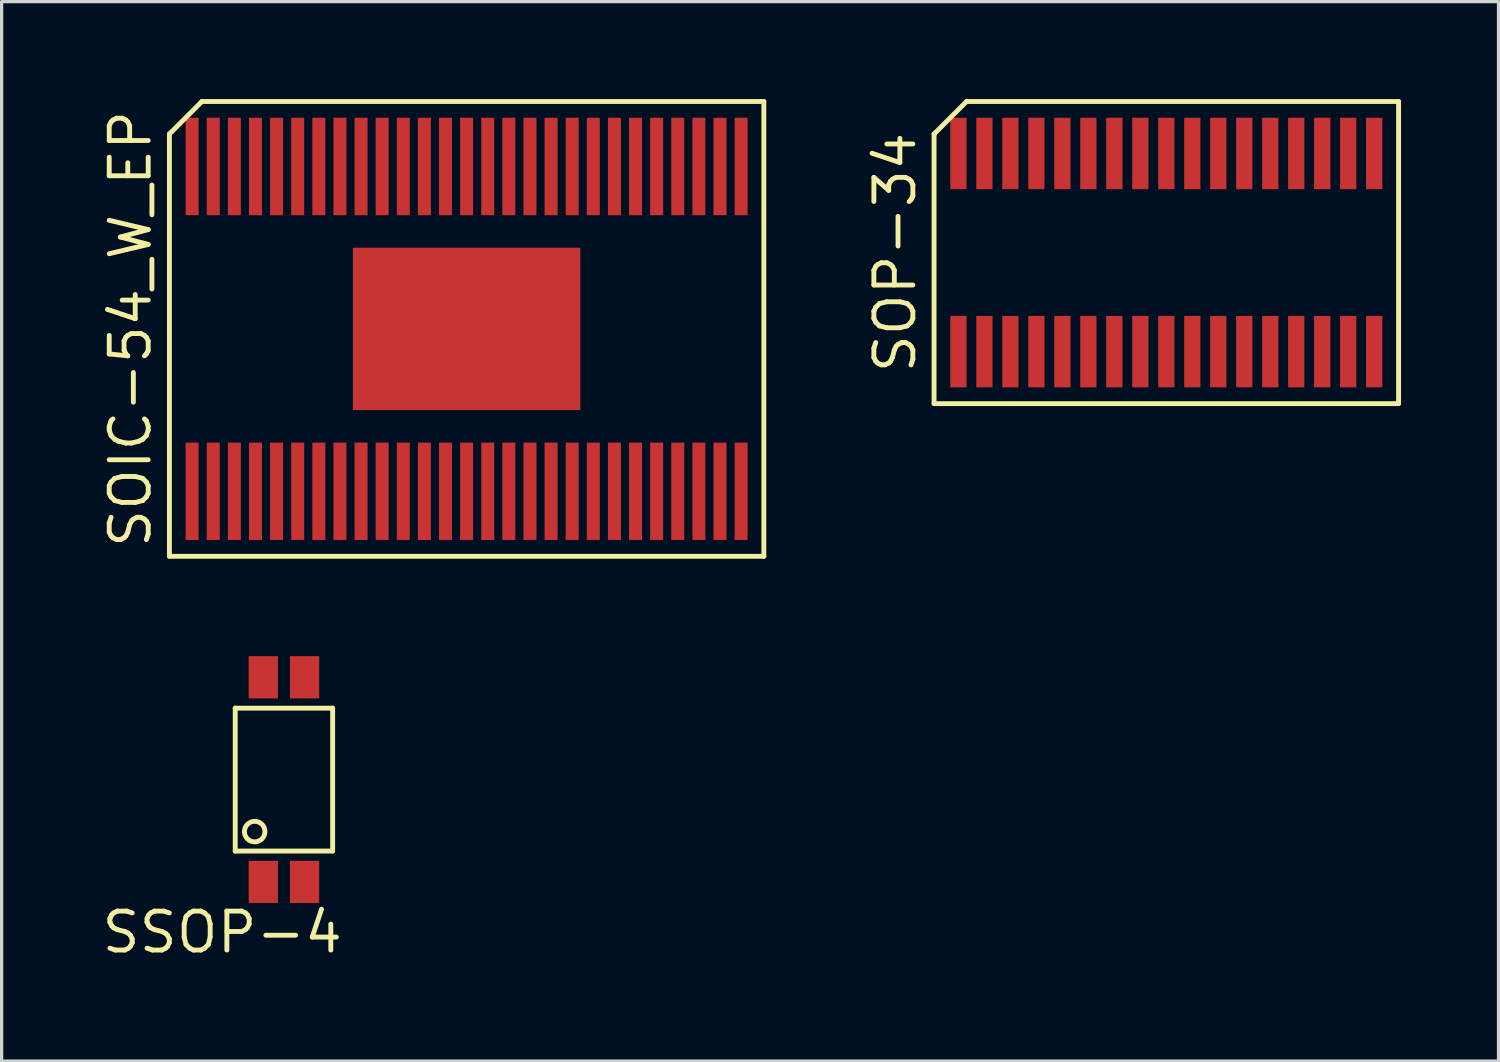
<source format=kicad_pcb>
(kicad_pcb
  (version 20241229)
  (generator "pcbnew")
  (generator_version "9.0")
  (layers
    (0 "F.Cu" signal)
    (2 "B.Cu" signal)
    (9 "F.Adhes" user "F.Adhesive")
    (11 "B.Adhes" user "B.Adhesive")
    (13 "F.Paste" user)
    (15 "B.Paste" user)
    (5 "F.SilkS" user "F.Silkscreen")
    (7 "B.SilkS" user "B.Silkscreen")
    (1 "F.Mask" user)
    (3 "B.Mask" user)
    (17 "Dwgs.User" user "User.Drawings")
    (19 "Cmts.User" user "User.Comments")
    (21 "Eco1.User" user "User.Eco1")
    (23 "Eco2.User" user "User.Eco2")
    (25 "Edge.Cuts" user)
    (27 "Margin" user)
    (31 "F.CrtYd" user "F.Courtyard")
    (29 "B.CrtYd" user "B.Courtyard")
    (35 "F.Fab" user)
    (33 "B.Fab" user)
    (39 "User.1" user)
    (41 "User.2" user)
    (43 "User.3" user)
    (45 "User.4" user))
  (footprint "SOP-34"
    (layer "F.Cu")
    (at 32.855 4.725)
    (property "Reference" "SOP-34" (at -8.35 0 90) (layer "F.SilkS") (effects (font (size 1.2 1.2) (thickness 0.15))))
    (attr through_hole)
    (fp_line (start -7.15 -3.65) (end -7.15 4.65) (stroke (width 0.15) (type solid)) (layer "F.SilkS"))
    (fp_line (start -7.15 4.65) (end 7.15 4.65) (stroke (width 0.15) (type solid)) (layer "F.SilkS"))
    (fp_line (start -6.15 -4.65) (end -7.15 -3.65) (stroke (width 0.15) (type solid)) (layer "F.SilkS"))
    (fp_line (start 7.15 -4.65) (end -6.15 -4.65) (stroke (width 0.15) (type solid)) (layer "F.SilkS"))
    (fp_line (start 7.15 4.65) (end 7.15 -4.65) (stroke (width 0.15) (type solid)) (layer "F.SilkS"))
    (pad "1" smd rect (at -6.4 3.05) (size 0.5 2.2) (layers "F.Cu" "F.Mask" "F.Paste"))
    (pad "2" smd rect (at -5.6 3.05) (size 0.5 2.2) (layers "F.Cu" "F.Mask" "F.Paste"))
    (pad "3" smd rect (at -4.8 3.05) (size 0.5 2.2) (layers "F.Cu" "F.Mask" "F.Paste"))
    (pad "4" smd rect (at -4 3.05) (size 0.5 2.2) (layers "F.Cu" "F.Mask" "F.Paste"))
    (pad "5" smd rect (at -3.2 3.05) (size 0.5 2.2) (layers "F.Cu" "F.Mask" "F.Paste"))
    (pad "6" smd rect (at -2.4 3.05) (size 0.5 2.2) (layers "F.Cu" "F.Mask" "F.Paste"))
    (pad "7" smd rect (at -1.6 3.05) (size 0.5 2.2) (layers "F.Cu" "F.Mask" "F.Paste"))
    (pad "8" smd rect (at -0.8 3.05) (size 0.5 2.2) (layers "F.Cu" "F.Mask" "F.Paste"))
    (pad "9" smd rect (at 0 3.05) (size 0.5 2.2) (layers "F.Cu" "F.Mask" "F.Paste"))
    (pad "10" smd rect (at 0.8 3.05) (size 0.5 2.2) (layers "F.Cu" "F.Mask" "F.Paste"))
    (pad "11" smd rect (at 1.6 3.05) (size 0.5 2.2) (layers "F.Cu" "F.Mask" "F.Paste"))
    (pad "12" smd rect (at 2.4 3.05) (size 0.5 2.2) (layers "F.Cu" "F.Mask" "F.Paste"))
    (pad "13" smd rect (at 3.2 3.05) (size 0.5 2.2) (layers "F.Cu" "F.Mask" "F.Paste"))
    (pad "14" smd rect (at 4 3.05) (size 0.5 2.2) (layers "F.Cu" "F.Mask" "F.Paste"))
    (pad "15" smd rect (at 4.8 3.05) (size 0.5 2.2) (layers "F.Cu" "F.Mask" "F.Paste"))
    (pad "16" smd rect (at 5.6 3.05) (size 0.5 2.2) (layers "F.Cu" "F.Mask" "F.Paste"))
    (pad "17" smd rect (at 6.4 3.05) (size 0.5 2.2) (layers "F.Cu" "F.Mask" "F.Paste"))
    (pad "18" smd rect (at 6.4 -3.05) (size 0.5 2.2) (layers "F.Cu" "F.Mask" "F.Paste"))
    (pad "19" smd rect (at 5.6 -3.05) (size 0.5 2.2) (layers "F.Cu" "F.Mask" "F.Paste"))
    (pad "20" smd rect (at 4.8 -3.05) (size 0.5 2.2) (layers "F.Cu" "F.Mask" "F.Paste"))
    (pad "21" smd rect (at 4 -3.05) (size 0.5 2.2) (layers "F.Cu" "F.Mask" "F.Paste"))
    (pad "22" smd rect (at 3.2 -3.05) (size 0.5 2.2) (layers "F.Cu" "F.Mask" "F.Paste"))
    (pad "23" smd rect (at 2.4 -3.05) (size 0.5 2.2) (layers "F.Cu" "F.Mask" "F.Paste"))
    (pad "24" smd rect (at 1.6 -3.05) (size 0.5 2.2) (layers "F.Cu" "F.Mask" "F.Paste"))
    (pad "25" smd rect (at 0.8 -3.05) (size 0.5 2.2) (layers "F.Cu" "F.Mask" "F.Paste"))
    (pad "26" smd rect (at 0 -3.05) (size 0.5 2.2) (layers "F.Cu" "F.Mask" "F.Paste"))
    (pad "27" smd rect (at -0.8 -3.05) (size 0.5 2.2) (layers "F.Cu" "F.Mask" "F.Paste"))
    (pad "28" smd rect (at -1.6 -3.05) (size 0.5 2.2) (layers "F.Cu" "F.Mask" "F.Paste"))
    (pad "29" smd rect (at -2.4 -3.05) (size 0.5 2.2) (layers "F.Cu" "F.Mask" "F.Paste"))
    (pad "30" smd rect (at -3.2 -3.05) (size 0.5 2.2) (layers "F.Cu" "F.Mask" "F.Paste"))
    (pad "31" smd rect (at -4 -3.05) (size 0.5 2.2) (layers "F.Cu" "F.Mask" "F.Paste"))
    (pad "32" smd rect (at -4.8 -3.05) (size 0.5 2.2) (layers "F.Cu" "F.Mask" "F.Paste"))
    (pad "33" smd rect (at -5.6 -3.05) (size 0.5 2.2) (layers "F.Cu" "F.Mask" "F.Paste"))
    (pad "34" smd rect (at -6.4 -3.05) (size 0.5 2.2) (layers "F.Cu" "F.Mask" "F.Paste")))
  (footprint "SOIC-54_W_EP"
    (layer "F.Cu")
    (at 11.315 7.075)
    (property "Reference" "SOIC-54_W_EP" (at -10.35 0 90) (layer "F.SilkS") (effects (font (size 1.2 1.2) (thickness 0.15))))
    (attr through_hole)
    (fp_line (start -9.15 -6) (end -9.15 7) (stroke (width 0.15) (type solid)) (layer "F.SilkS"))
    (fp_line (start -9.15 7) (end 9.15 7) (stroke (width 0.15) (type solid)) (layer "F.SilkS"))
    (fp_line (start -8.15 -7) (end -9.15 -6) (stroke (width 0.15) (type solid)) (layer "F.SilkS"))
    (fp_line (start 9.15 -7) (end -8.15 -7) (stroke (width 0.15) (type solid)) (layer "F.SilkS"))
    (fp_line (start 9.15 7) (end 9.15 -7) (stroke (width 0.15) (type solid)) (layer "F.SilkS"))
    (pad "1" smd rect (at -8.45 5) (size 0.4 3) (layers "F.Cu" "F.Mask" "F.Paste"))
    (pad "2" smd rect (at -7.8 5) (size 0.4 3) (layers "F.Cu" "F.Mask" "F.Paste"))
    (pad "3" smd rect (at -7.15 5) (size 0.4 3) (layers "F.Cu" "F.Mask" "F.Paste"))
    (pad "4" smd rect (at -6.5 5) (size 0.4 3) (layers "F.Cu" "F.Mask" "F.Paste"))
    (pad "5" smd rect (at -5.85 5) (size 0.4 3) (layers "F.Cu" "F.Mask" "F.Paste"))
    (pad "6" smd rect (at -5.2 5) (size 0.4 3) (layers "F.Cu" "F.Mask" "F.Paste"))
    (pad "7" smd rect (at -4.55 5) (size 0.4 3) (layers "F.Cu" "F.Mask" "F.Paste"))
    (pad "8" smd rect (at -3.9 5) (size 0.4 3) (layers "F.Cu" "F.Mask" "F.Paste"))
    (pad "9" smd rect (at -3.25 5) (size 0.4 3) (layers "F.Cu" "F.Mask" "F.Paste"))
    (pad "10" smd rect (at -2.6 5) (size 0.4 3) (layers "F.Cu" "F.Mask" "F.Paste"))
    (pad "11" smd rect (at -1.95 5) (size 0.4 3) (layers "F.Cu" "F.Mask" "F.Paste"))
    (pad "12" smd rect (at -1.3 5) (size 0.4 3) (layers "F.Cu" "F.Mask" "F.Paste"))
    (pad "13" smd rect (at -0.65 5) (size 0.4 3) (layers "F.Cu" "F.Mask" "F.Paste"))
    (pad "14" smd rect (at 0 5) (size 0.4 3) (layers "F.Cu" "F.Mask" "F.Paste"))
    (pad "15" smd rect (at 0.65 5) (size 0.4 3) (layers "F.Cu" "F.Mask" "F.Paste"))
    (pad "16" smd rect (at 1.3 5) (size 0.4 3) (layers "F.Cu" "F.Mask" "F.Paste"))
    (pad "17" smd rect (at 1.95 5) (size 0.4 3) (layers "F.Cu" "F.Mask" "F.Paste"))
    (pad "18" smd rect (at 2.6 5) (size 0.4 3) (layers "F.Cu" "F.Mask" "F.Paste"))
    (pad "19" smd rect (at 3.25 5) (size 0.4 3) (layers "F.Cu" "F.Mask" "F.Paste"))
    (pad "20" smd rect (at 3.9 5) (size 0.4 3) (layers "F.Cu" "F.Mask" "F.Paste"))
    (pad "21" smd rect (at 4.55 5) (size 0.4 3) (layers "F.Cu" "F.Mask" "F.Paste"))
    (pad "22" smd rect (at 5.2 5) (size 0.4 3) (layers "F.Cu" "F.Mask" "F.Paste"))
    (pad "23" smd rect (at 5.85 5) (size 0.4 3) (layers "F.Cu" "F.Mask" "F.Paste"))
    (pad "24" smd rect (at 6.5 5) (size 0.4 3) (layers "F.Cu" "F.Mask" "F.Paste"))
    (pad "25" smd rect (at 7.15 5) (size 0.4 3) (layers "F.Cu" "F.Mask" "F.Paste"))
    (pad "26" smd rect (at 7.8 5) (size 0.4 3) (layers "F.Cu" "F.Mask" "F.Paste"))
    (pad "27" smd rect (at 8.45 5) (size 0.4 3) (layers "F.Cu" "F.Mask" "F.Paste"))
    (pad "28" smd rect (at 8.45 -5) (size 0.4 3) (layers "F.Cu" "F.Mask" "F.Paste"))
    (pad "29" smd rect (at 7.8 -5) (size 0.4 3) (layers "F.Cu" "F.Mask" "F.Paste"))
    (pad "30" smd rect (at 7.15 -5) (size 0.4 3) (layers "F.Cu" "F.Mask" "F.Paste"))
    (pad "31" smd rect (at 6.5 -5) (size 0.4 3) (layers "F.Cu" "F.Mask" "F.Paste"))
    (pad "32" smd rect (at 5.85 -5) (size 0.4 3) (layers "F.Cu" "F.Mask" "F.Paste"))
    (pad "33" smd rect (at 5.2 -5) (size 0.4 3) (layers "F.Cu" "F.Mask" "F.Paste"))
    (pad "34" smd rect (at 4.55 -5) (size 0.4 3) (layers "F.Cu" "F.Mask" "F.Paste"))
    (pad "35" smd rect (at 3.9 -5) (size 0.4 3) (layers "F.Cu" "F.Mask" "F.Paste"))
    (pad "36" smd rect (at 3.25 -5) (size 0.4 3) (layers "F.Cu" "F.Mask" "F.Paste"))
    (pad "37" smd rect (at 2.6 -5) (size 0.4 3) (layers "F.Cu" "F.Mask" "F.Paste"))
    (pad "38" smd rect (at 1.95 -5) (size 0.4 3) (layers "F.Cu" "F.Mask" "F.Paste"))
    (pad "39" smd rect (at 1.3 -5) (size 0.4 3) (layers "F.Cu" "F.Mask" "F.Paste"))
    (pad "40" smd rect (at 0.65 -5) (size 0.4 3) (layers "F.Cu" "F.Mask" "F.Paste"))
    (pad "41" smd rect (at 0 -5) (size 0.4 3) (layers "F.Cu" "F.Mask" "F.Paste"))
    (pad "42" smd rect (at -0.65 -5) (size 0.4 3) (layers "F.Cu" "F.Mask" "F.Paste"))
    (pad "43" smd rect (at -1.3 -5) (size 0.4 3) (layers "F.Cu" "F.Mask" "F.Paste"))
    (pad "44" smd rect (at -1.95 -5) (size 0.4 3) (layers "F.Cu" "F.Mask" "F.Paste"))
    (pad "45" smd rect (at -2.6 -5) (size 0.4 3) (layers "F.Cu" "F.Mask" "F.Paste"))
    (pad "46" smd rect (at -3.25 -5) (size 0.4 3) (layers "F.Cu" "F.Mask" "F.Paste"))
    (pad "47" smd rect (at -3.9 -5) (size 0.4 3) (layers "F.Cu" "F.Mask" "F.Paste"))
    (pad "48" smd rect (at -4.55 -5) (size 0.4 3) (layers "F.Cu" "F.Mask" "F.Paste"))
    (pad "49" smd rect (at -5.2 -5) (size 0.4 3) (layers "F.Cu" "F.Mask" "F.Paste"))
    (pad "50" smd rect (at -5.85 -5) (size 0.4 3) (layers "F.Cu" "F.Mask" "F.Paste"))
    (pad "51" smd rect (at -6.5 -5) (size 0.4 3) (layers "F.Cu" "F.Mask" "F.Paste"))
    (pad "52" smd rect (at -7.15 -5) (size 0.4 3) (layers "F.Cu" "F.Mask" "F.Paste"))
    (pad "53" smd rect (at -7.8 -5) (size 0.4 3) (layers "F.Cu" "F.Mask" "F.Paste"))
    (pad "54" smd rect (at -8.45 -5) (size 0.4 3) (layers "F.Cu" "F.Mask" "F.Paste"))
    (pad "EP" smd rect (at 0 0) (size 7 5) (layers "F.Cu" "F.Mask" "F.Paste")))
  (footprint "SSOP-4"
    (layer "F.Cu")
    (at 5.691 20.95)
    (property "Reference" "SSOP-4" (at -1.9 4.7 180) (layer "F.SilkS") (effects (font (size 1.2 1.2) (thickness 0.15))))
    (attr through_hole)
    (fp_line (start -1.5 -2.2) (end -1.5 2.2) (stroke (width 0.15) (type solid)) (layer "F.SilkS"))
    (fp_line (start -1.5 2.2) (end 1.5 2.2) (stroke (width 0.15) (type solid)) (layer "F.SilkS"))
    (fp_line (start 1.5 -2.2) (end -1.5 -2.2) (stroke (width 0.15) (type solid)) (layer "F.SilkS"))
    (fp_line (start 1.5 2.2) (end 1.5 -2.2) (stroke (width 0.15) (type solid)) (layer "F.SilkS"))
    (fp_circle (center -0.9 1.6) (end -1 1.9) (stroke (width 0.15) (type solid)) (fill no) (layer "F.SilkS"))
    (pad "1" smd rect (at -0.635 3.15) (size 0.9 1.3) (layers "F.Cu" "F.Mask" "F.Paste"))
    (pad "2" smd rect (at 0.635 3.15) (size 0.9 1.3) (layers "F.Cu" "F.Mask" "F.Paste"))
    (pad "3" smd rect (at 0.635 -3.15) (size 0.9 1.3) (layers "F.Cu" "F.Mask" "F.Paste"))
    (pad "4" smd rect (at -0.635 -3.15) (size 0.9 1.3) (layers "F.Cu" "F.Mask" "F.Paste")))
  (gr_rect
    (start -3 -3)
    (end 43.081 29.615)
    (stroke (width 0.1) (type default))
    (fill no)
    (layer "Edge.Cuts")))
</source>
